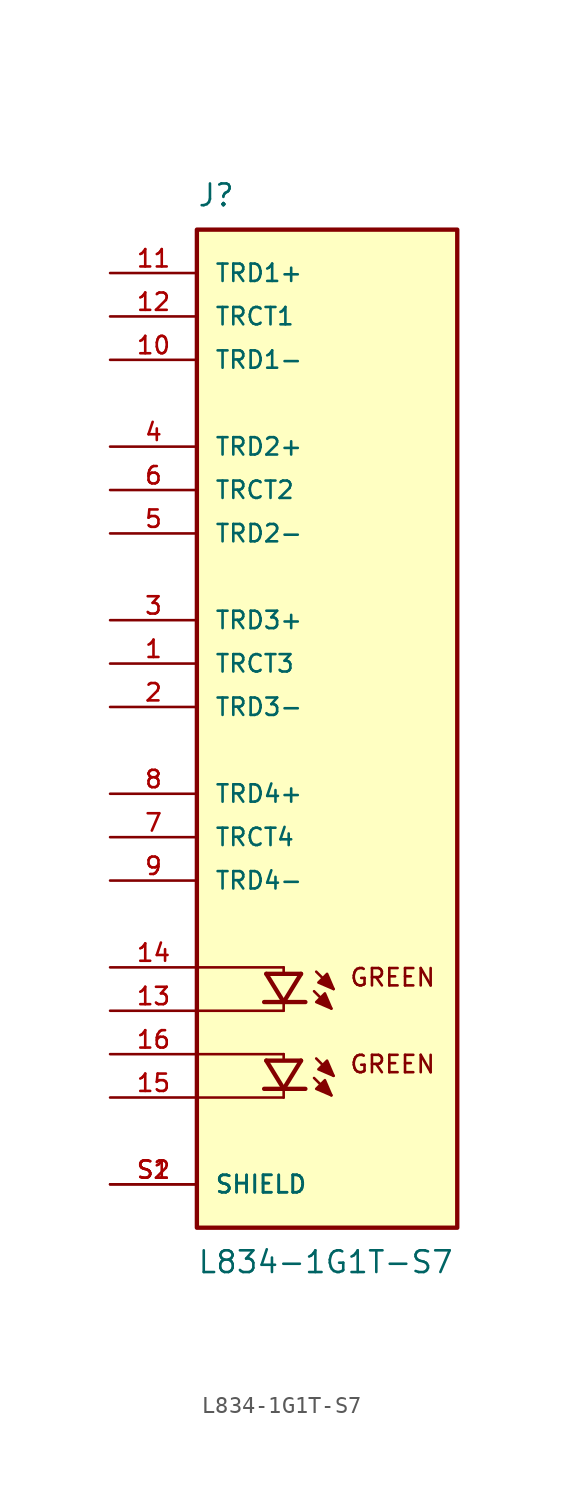
<source format=kicad_sym>
(kicad_symbol_lib
  (version 20211014)
  (generator kicad_symbol_editor)
  (symbol "L834-1G1T-S7"
    (pin_names
      (offset 1.016))
    (property "Reference" "J"
      (at -7.62 29.21 0)
      (effects (font (size 1.27 1.27)) (justify bottom left)))
    (property "Value" "L834-1G1T-S7"
      (at -7.62 -31.75 0)
      (effects (font (size 1.27 1.27)) (justify top left)))
    (symbol "L834-1G1T-S7_0_0"
      (polyline (pts (xy -3.556 -15.621) (xy -2.54 -17.272)) (stroke (width 0.254)))
      (polyline (pts (xy -2.54 -17.272) (xy -1.524 -15.621)) (stroke (width 0.254)))
      (polyline (pts (xy -3.683 -17.272) (xy -2.54 -17.272)) (stroke (width 0.254)))
      (polyline (pts (xy -2.54 -17.272) (xy -1.27 -17.272)) (stroke (width 0.254)))
      (polyline (pts (xy -3.556 -15.621) (xy -1.524 -15.621)) (stroke (width 0.254)))
      (polyline (pts (xy -0.635 -15.494) (xy 0.381 -16.51)) (stroke (width 0.152)))
      (polyline (pts (xy -0.762 -16.637) (xy 0.254 -17.653)) (stroke (width 0.152)))
      (polyline (pts (xy -2.54 -15.24) (xy -2.54 -15.494)) (stroke (width 0.152)))
      (polyline (pts (xy -2.54 -17.399) (xy -2.54 -17.78)) (stroke (width 0.152)))
      (polyline (pts (xy -7.62 -15.24) (xy -2.54 -15.24)) (stroke (width 0.152)))
      (polyline (pts (xy -2.54 -17.78) (xy -7.62 -17.78)) (stroke (width 0.152)))
      (polyline (pts (xy 0.381 -16.51) (xy 0.0 -15.621) (xy -0.508 -16.129) (xy 0.381 -16.51)) (stroke (width 0.152)) (fill (type outline)))
      (polyline (pts (xy 0.254 -17.653) (xy -0.127 -16.764) (xy -0.635 -17.272) (xy 0.254 -17.653)) (stroke (width 0.152)) (fill (type outline)))
      (text "GREEN" (at 1.27 -15.24 0) (effects (font (size 1.016 1.016)) (justify top left)))
      (polyline (pts (xy -3.556 -20.701) (xy -2.54 -22.352)) (stroke (width 0.254)))
      (polyline (pts (xy -2.54 -22.352) (xy -1.524 -20.701)) (stroke (width 0.254)))
      (polyline (pts (xy -3.683 -22.352) (xy -2.54 -22.352)) (stroke (width 0.254)))
      (polyline (pts (xy -2.54 -22.352) (xy -1.27 -22.352)) (stroke (width 0.254)))
      (polyline (pts (xy -3.556 -20.701) (xy -1.524 -20.701)) (stroke (width 0.254)))
      (polyline (pts (xy -0.635 -20.574) (xy 0.381 -21.59)) (stroke (width 0.152)))
      (polyline (pts (xy -0.762 -21.717) (xy 0.254 -22.733)) (stroke (width 0.152)))
      (polyline (pts (xy -2.54 -20.32) (xy -2.54 -20.574)) (stroke (width 0.152)))
      (polyline (pts (xy -2.54 -22.479) (xy -2.54 -22.86)) (stroke (width 0.152)))
      (polyline (pts (xy -7.62 -20.32) (xy -2.54 -20.32)) (stroke (width 0.152)))
      (polyline (pts (xy -2.54 -22.86) (xy -7.62 -22.86)) (stroke (width 0.152)))
      (polyline (pts (xy 0.381 -21.59) (xy 0.0 -20.701) (xy -0.508 -21.209) (xy 0.381 -21.59)) (stroke (width 0.152)) (fill (type outline)))
      (polyline (pts (xy 0.254 -22.733) (xy -0.127 -21.844) (xy -0.635 -22.352) (xy 0.254 -22.733)) (stroke (width 0.152)) (fill (type outline)))
      (text "GREEN" (at 1.27 -20.32 0) (effects (font (size 1.016 1.016)) (justify top left)))
      (rectangle (start -7.62 -30.48) (end 7.62 27.94) (stroke (width 0.254)) (fill (type background)))
      (pin passive line (at -12.7 20.32 0) (length 5.08) (name "TRD1-" (effects (font (size 1.016 1.016)))) (number "10" (effects (font (size 1.016 1.016)))))
      (pin passive line (at -12.7 25.4 0) (length 5.08) (name "TRD1+" (effects (font (size 1.016 1.016)))) (number "11" (effects (font (size 1.016 1.016)))))
      (pin passive line (at -12.7 10.16 0) (length 5.08) (name "TRD2-" (effects (font (size 1.016 1.016)))) (number "5" (effects (font (size 1.016 1.016)))))
      (pin passive line (at -12.7 15.24 0) (length 5.08) (name "TRD2+" (effects (font (size 1.016 1.016)))) (number "4" (effects (font (size 1.016 1.016)))))
      (pin passive line (at -12.7 0.0 0) (length 5.08) (name "TRD3-" (effects (font (size 1.016 1.016)))) (number "2" (effects (font (size 1.016 1.016)))))
      (pin passive line (at -12.7 5.08 0) (length 5.08) (name "TRD3+" (effects (font (size 1.016 1.016)))) (number "3" (effects (font (size 1.016 1.016)))))
      (pin passive line (at -12.7 -10.16 0) (length 5.08) (name "TRD4-" (effects (font (size 1.016 1.016)))) (number "9" (effects (font (size 1.016 1.016)))))
      (pin passive line (at -12.7 -5.08 0) (length 5.08) (name "TRD4+" (effects (font (size 1.016 1.016)))) (number "8" (effects (font (size 1.016 1.016)))))
      (pin passive line (at -12.7 22.86 0) (length 5.08) (name "TRCT1" (effects (font (size 1.016 1.016)))) (number "12" (effects (font (size 1.016 1.016)))))
      (pin passive line (at -12.7 -27.94 0) (length 5.08) (name "SHIELD" (effects (font (size 1.016 1.016)))) (number "S1" (effects (font (size 1.016 1.016)))))
      (pin passive line (at -12.7 -27.94 0) (length 5.08) (name "SHIELD" (effects (font (size 1.016 1.016)))) (number "S2" (effects (font (size 1.016 1.016)))))
      (pin passive line (at -12.7 12.7 0) (length 5.08) (name "TRCT2" (effects (font (size 1.016 1.016)))) (number "6" (effects (font (size 1.016 1.016)))))
      (pin passive line (at -12.7 2.54 0) (length 5.08) (name "TRCT3" (effects (font (size 1.016 1.016)))) (number "1" (effects (font (size 1.016 1.016)))))
      (pin passive line (at -12.7 -7.62 0) (length 5.08) (name "TRCT4" (effects (font (size 1.016 1.016)))) (number "7" (effects (font (size 1.016 1.016)))))
      (pin passive line (at -12.7 -15.24 0) (length 5.08) (name "~" (effects (font (size 1.016 1.016)))) (number "14" (effects (font (size 1.016 1.016)))))
      (pin passive line (at -12.7 -17.78 0) (length 5.08) (name "~" (effects (font (size 1.016 1.016)))) (number "13" (effects (font (size 1.016 1.016)))))
      (pin passive line (at -12.7 -22.86 0) (length 5.08) (name "~" (effects (font (size 1.016 1.016)))) (number "15" (effects (font (size 1.016 1.016)))))
      (pin passive line (at -12.7 -20.32 0) (length 5.08) (name "~" (effects (font (size 1.016 1.016)))) (number "16" (effects (font (size 1.016 1.016))))))))
</source>
